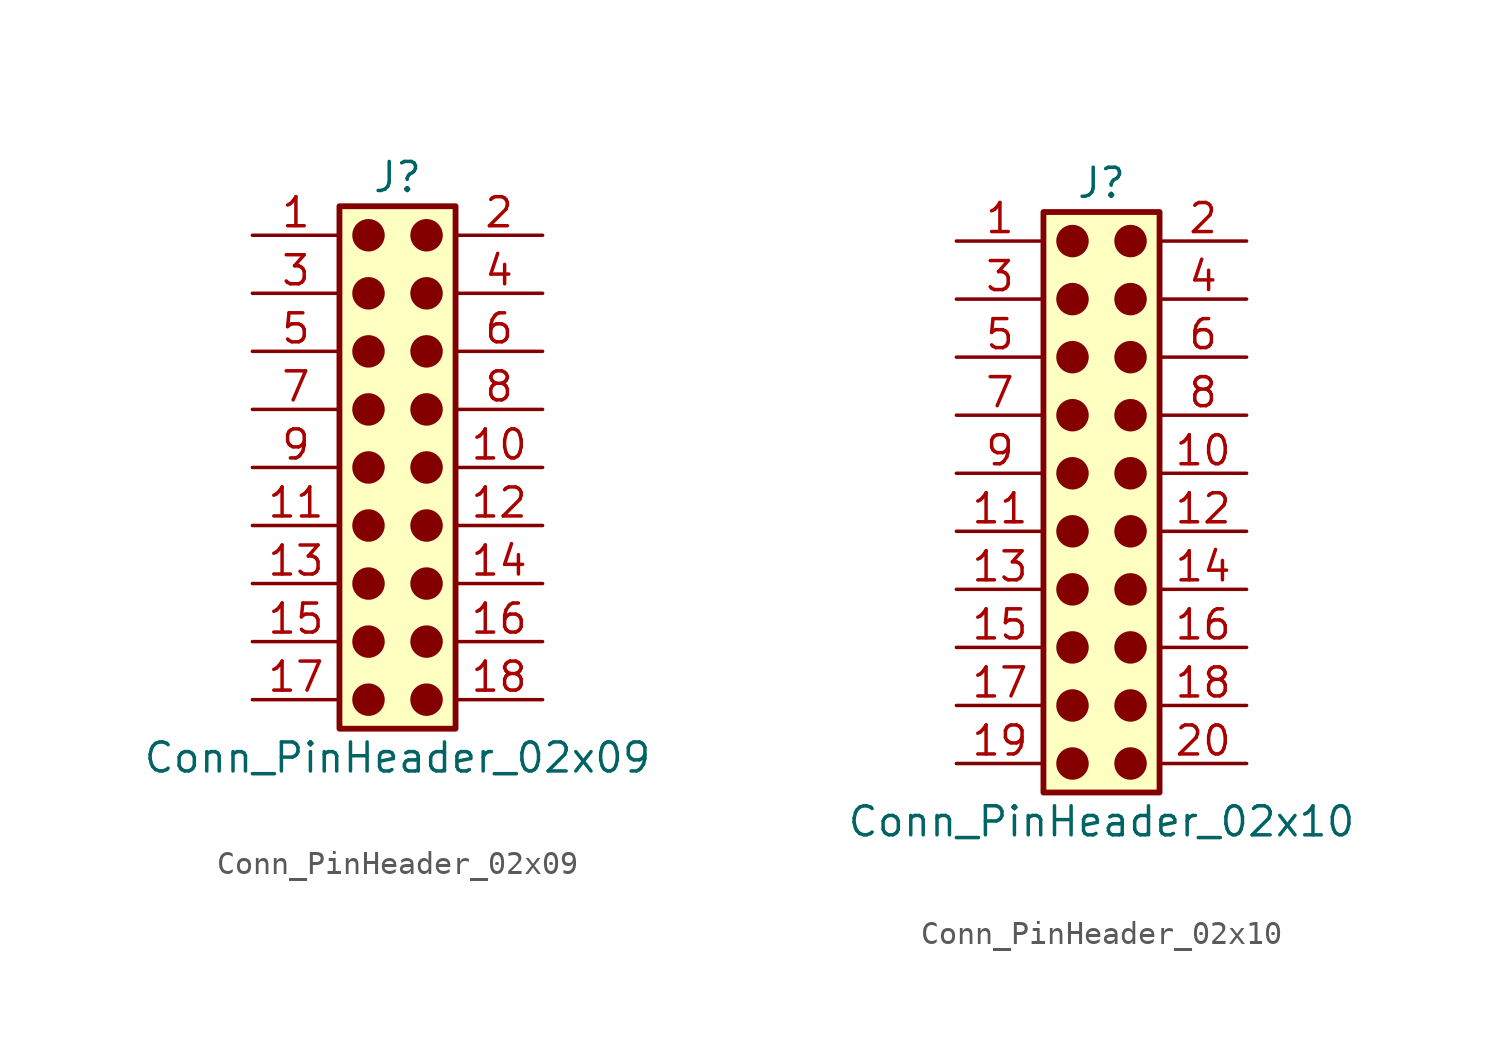
<source format=kicad_sym>
(kicad_symbol_lib
  (version 20241209)
  (generator "kicad_symbol_editor")
  (generator_version "9.0")
  (symbol "Conn_PinHeader_02x09"
    (pin_names
      (offset 1.016)
      (hide yes))
    (property "Reference" "J"
      (at 1.27 12.7 0)
      (effects (font (size 1.27 1.27))))
    (property "Value" "Conn_PinHeader_02x09"
      (at 1.27 -12.7 0)
      (effects (font (size 1.27 1.27))))
    (symbol "Conn_PinHeader_02x09_1_1"
      (rectangle (start -1.27 11.43) (end 3.81 -11.43) (stroke (width 0.254) (type default)) (fill (type background)))
      (circle (center 0 10.16) (radius 0.635) (stroke (width 0) (type solid) (color 132 0 0 1)) (fill (type outline)))
      (circle (center 0 7.62) (radius 0.635) (stroke (width 0) (type solid) (color 132 0 0 1)) (fill (type outline)))
      (circle (center 0 5.08) (radius 0.635) (stroke (width 0) (type solid) (color 132 0 0 1)) (fill (type outline)))
      (circle (center 0 2.54) (radius 0.635) (stroke (width 0) (type solid) (color 132 0 0 1)) (fill (type outline)))
      (circle (center 0 0) (radius 0.635) (stroke (width 0) (type solid) (color 132 0 0 1)) (fill (type outline)))
      (circle (center 0 -2.54) (radius 0.635) (stroke (width 0) (type solid) (color 132 0 0 1)) (fill (type outline)))
      (circle (center 0 -5.08) (radius 0.635) (stroke (width 0) (type solid) (color 132 0 0 1)) (fill (type outline)))
      (circle (center 0 -7.62) (radius 0.635) (stroke (width 0) (type solid) (color 132 0 0 1)) (fill (type outline)))
      (circle (center 0 -10.16) (radius 0.635) (stroke (width 0) (type solid) (color 132 0 0 1)) (fill (type outline)))
      (circle (center 2.54 10.16) (radius 0.635) (stroke (width 0) (type solid) (color 132 0 0 1)) (fill (type outline)))
      (circle (center 2.54 7.62) (radius 0.635) (stroke (width 0) (type solid) (color 132 0 0 1)) (fill (type outline)))
      (circle (center 2.54 5.08) (radius 0.635) (stroke (width 0) (type solid) (color 132 0 0 1)) (fill (type outline)))
      (circle (center 2.54 2.54) (radius 0.635) (stroke (width 0) (type solid) (color 132 0 0 1)) (fill (type outline)))
      (circle (center 2.54 0) (radius 0.635) (stroke (width 0) (type solid) (color 132 0 0 1)) (fill (type outline)))
      (circle (center 2.54 -2.54) (radius 0.635) (stroke (width 0) (type solid) (color 132 0 0 1)) (fill (type outline)))
      (circle (center 2.54 -5.08) (radius 0.635) (stroke (width 0) (type solid) (color 132 0 0 1)) (fill (type outline)))
      (circle (center 2.54 -7.62) (radius 0.635) (stroke (width 0) (type solid) (color 132 0 0 1)) (fill (type outline)))
      (circle (center 2.54 -10.16) (radius 0.635) (stroke (width 0) (type solid) (color 132 0 0 1)) (fill (type outline)))
      (pin passive line (at -5.08 10.16 0) (length 3.81) (name "Pin_1" (effects (font (size 1.27 1.27)))) (number "1" (effects (font (size 1.27 1.27)))))
      (pin passive line (at -5.08 7.62 0) (length 3.81) (name "Pin_3" (effects (font (size 1.27 1.27)))) (number "3" (effects (font (size 1.27 1.27)))))
      (pin passive line (at -5.08 5.08 0) (length 3.81) (name "Pin_5" (effects (font (size 1.27 1.27)))) (number "5" (effects (font (size 1.27 1.27)))))
      (pin passive line (at -5.08 2.54 0) (length 3.81) (name "Pin_7" (effects (font (size 1.27 1.27)))) (number "7" (effects (font (size 1.27 1.27)))))
      (pin passive line (at -5.08 0 0) (length 3.81) (name "Pin_9" (effects (font (size 1.27 1.27)))) (number "9" (effects (font (size 1.27 1.27)))))
      (pin passive line (at -5.08 -2.54 0) (length 3.81) (name "Pin_11" (effects (font (size 1.27 1.27)))) (number "11" (effects (font (size 1.27 1.27)))))
      (pin passive line (at -5.08 -5.08 0) (length 3.81) (name "Pin_13" (effects (font (size 1.27 1.27)))) (number "13" (effects (font (size 1.27 1.27)))))
      (pin passive line (at -5.08 -7.62 0) (length 3.81) (name "Pin_15" (effects (font (size 1.27 1.27)))) (number "15" (effects (font (size 1.27 1.27)))))
      (pin passive line (at -5.08 -10.16 0) (length 3.81) (name "Pin_17" (effects (font (size 1.27 1.27)))) (number "17" (effects (font (size 1.27 1.27)))))
      (pin passive line (at 7.62 10.16 180) (length 3.81) (name "Pin_2" (effects (font (size 1.27 1.27)))) (number "2" (effects (font (size 1.27 1.27)))))
      (pin passive line (at 7.62 7.62 180) (length 3.81) (name "Pin_4" (effects (font (size 1.27 1.27)))) (number "4" (effects (font (size 1.27 1.27)))))
      (pin passive line (at 7.62 5.08 180) (length 3.81) (name "Pin_6" (effects (font (size 1.27 1.27)))) (number "6" (effects (font (size 1.27 1.27)))))
      (pin passive line (at 7.62 2.54 180) (length 3.81) (name "Pin_8" (effects (font (size 1.27 1.27)))) (number "8" (effects (font (size 1.27 1.27)))))
      (pin passive line (at 7.62 0 180) (length 3.81) (name "Pin_10" (effects (font (size 1.27 1.27)))) (number "10" (effects (font (size 1.27 1.27)))))
      (pin passive line (at 7.62 -2.54 180) (length 3.81) (name "Pin_12" (effects (font (size 1.27 1.27)))) (number "12" (effects (font (size 1.27 1.27)))))
      (pin passive line (at 7.62 -5.08 180) (length 3.81) (name "Pin_14" (effects (font (size 1.27 1.27)))) (number "14" (effects (font (size 1.27 1.27)))))
      (pin passive line (at 7.62 -7.62 180) (length 3.81) (name "Pin_16" (effects (font (size 1.27 1.27)))) (number "16" (effects (font (size 1.27 1.27)))))
      (pin passive line (at 7.62 -10.16 180) (length 3.81) (name "Pin_18" (effects (font (size 1.27 1.27)))) (number "18" (effects (font (size 1.27 1.27)))))))
  (symbol "Conn_PinHeader_02x10"
    (pin_names
      (offset 1.016)
      (hide yes))
    (property "Reference" "J"
      (at 1.27 12.7 0)
      (effects (font (size 1.27 1.27))))
    (property "Value" "Conn_PinHeader_02x10"
      (at 1.27 -15.24 0)
      (effects (font (size 1.27 1.27))))
    (symbol "Conn_PinHeader_02x10_1_1"
      (rectangle (start -1.27 11.43) (end 3.81 -13.97) (stroke (width 0.254) (type default)) (fill (type background)))
      (circle (center 0 10.16) (radius 0.635) (stroke (width 0) (type solid) (color 132 0 0 1)) (fill (type outline)))
      (circle (center 0 7.62) (radius 0.635) (stroke (width 0) (type solid) (color 132 0 0 1)) (fill (type outline)))
      (circle (center 0 5.08) (radius 0.635) (stroke (width 0) (type solid) (color 132 0 0 1)) (fill (type outline)))
      (circle (center 0 2.54) (radius 0.635) (stroke (width 0) (type solid) (color 132 0 0 1)) (fill (type outline)))
      (circle (center 0 0) (radius 0.635) (stroke (width 0) (type solid) (color 132 0 0 1)) (fill (type outline)))
      (circle (center 0 -2.54) (radius 0.635) (stroke (width 0) (type solid) (color 132 0 0 1)) (fill (type outline)))
      (circle (center 0 -5.08) (radius 0.635) (stroke (width 0) (type solid) (color 132 0 0 1)) (fill (type outline)))
      (circle (center 0 -7.62) (radius 0.635) (stroke (width 0) (type solid) (color 132 0 0 1)) (fill (type outline)))
      (circle (center 0 -10.16) (radius 0.635) (stroke (width 0) (type solid) (color 132 0 0 1)) (fill (type outline)))
      (circle (center 0 -12.7) (radius 0.635) (stroke (width 0) (type solid) (color 132 0 0 1)) (fill (type outline)))
      (circle (center 2.54 10.16) (radius 0.635) (stroke (width 0) (type solid) (color 132 0 0 1)) (fill (type outline)))
      (circle (center 2.54 7.62) (radius 0.635) (stroke (width 0) (type solid) (color 132 0 0 1)) (fill (type outline)))
      (circle (center 2.54 5.08) (radius 0.635) (stroke (width 0) (type solid) (color 132 0 0 1)) (fill (type outline)))
      (circle (center 2.54 2.54) (radius 0.635) (stroke (width 0) (type solid) (color 132 0 0 1)) (fill (type outline)))
      (circle (center 2.54 0) (radius 0.635) (stroke (width 0) (type solid) (color 132 0 0 1)) (fill (type outline)))
      (circle (center 2.54 -2.54) (radius 0.635) (stroke (width 0) (type solid) (color 132 0 0 1)) (fill (type outline)))
      (circle (center 2.54 -5.08) (radius 0.635) (stroke (width 0) (type solid) (color 132 0 0 1)) (fill (type outline)))
      (circle (center 2.54 -7.62) (radius 0.635) (stroke (width 0) (type solid) (color 132 0 0 1)) (fill (type outline)))
      (circle (center 2.54 -10.16) (radius 0.635) (stroke (width 0) (type solid) (color 132 0 0 1)) (fill (type outline)))
      (circle (center 2.54 -12.7) (radius 0.635) (stroke (width 0) (type solid) (color 132 0 0 1)) (fill (type outline)))
      (pin passive line (at -5.08 10.16 0) (length 3.81) (name "Pin_1" (effects (font (size 1.27 1.27)))) (number "1" (effects (font (size 1.27 1.27)))))
      (pin passive line (at -5.08 7.62 0) (length 3.81) (name "Pin_3" (effects (font (size 1.27 1.27)))) (number "3" (effects (font (size 1.27 1.27)))))
      (pin passive line (at -5.08 5.08 0) (length 3.81) (name "Pin_5" (effects (font (size 1.27 1.27)))) (number "5" (effects (font (size 1.27 1.27)))))
      (pin passive line (at -5.08 2.54 0) (length 3.81) (name "Pin_7" (effects (font (size 1.27 1.27)))) (number "7" (effects (font (size 1.27 1.27)))))
      (pin passive line (at -5.08 0 0) (length 3.81) (name "Pin_9" (effects (font (size 1.27 1.27)))) (number "9" (effects (font (size 1.27 1.27)))))
      (pin passive line (at -5.08 -2.54 0) (length 3.81) (name "Pin_11" (effects (font (size 1.27 1.27)))) (number "11" (effects (font (size 1.27 1.27)))))
      (pin passive line (at -5.08 -5.08 0) (length 3.81) (name "Pin_13" (effects (font (size 1.27 1.27)))) (number "13" (effects (font (size 1.27 1.27)))))
      (pin passive line (at -5.08 -7.62 0) (length 3.81) (name "Pin_15" (effects (font (size 1.27 1.27)))) (number "15" (effects (font (size 1.27 1.27)))))
      (pin passive line (at -5.08 -10.16 0) (length 3.81) (name "Pin_17" (effects (font (size 1.27 1.27)))) (number "17" (effects (font (size 1.27 1.27)))))
      (pin passive line (at -5.08 -12.7 0) (length 3.81) (name "Pin_19" (effects (font (size 1.27 1.27)))) (number "19" (effects (font (size 1.27 1.27)))))
      (pin passive line (at 7.62 10.16 180) (length 3.81) (name "Pin_2" (effects (font (size 1.27 1.27)))) (number "2" (effects (font (size 1.27 1.27)))))
      (pin passive line (at 7.62 7.62 180) (length 3.81) (name "Pin_4" (effects (font (size 1.27 1.27)))) (number "4" (effects (font (size 1.27 1.27)))))
      (pin passive line (at 7.62 5.08 180) (length 3.81) (name "Pin_6" (effects (font (size 1.27 1.27)))) (number "6" (effects (font (size 1.27 1.27)))))
      (pin passive line (at 7.62 2.54 180) (length 3.81) (name "Pin_8" (effects (font (size 1.27 1.27)))) (number "8" (effects (font (size 1.27 1.27)))))
      (pin passive line (at 7.62 0 180) (length 3.81) (name "Pin_10" (effects (font (size 1.27 1.27)))) (number "10" (effects (font (size 1.27 1.27)))))
      (pin passive line (at 7.62 -2.54 180) (length 3.81) (name "Pin_12" (effects (font (size 1.27 1.27)))) (number "12" (effects (font (size 1.27 1.27)))))
      (pin passive line (at 7.62 -5.08 180) (length 3.81) (name "Pin_14" (effects (font (size 1.27 1.27)))) (number "14" (effects (font (size 1.27 1.27)))))
      (pin passive line (at 7.62 -7.62 180) (length 3.81) (name "Pin_16" (effects (font (size 1.27 1.27)))) (number "16" (effects (font (size 1.27 1.27)))))
      (pin passive line (at 7.62 -10.16 180) (length 3.81) (name "Pin_18" (effects (font (size 1.27 1.27)))) (number "18" (effects (font (size 1.27 1.27)))))
      (pin passive line (at 7.62 -12.7 180) (length 3.81) (name "Pin_20" (effects (font (size 1.27 1.27)))) (number "20" (effects (font (size 1.27 1.27))))))))
</source>
